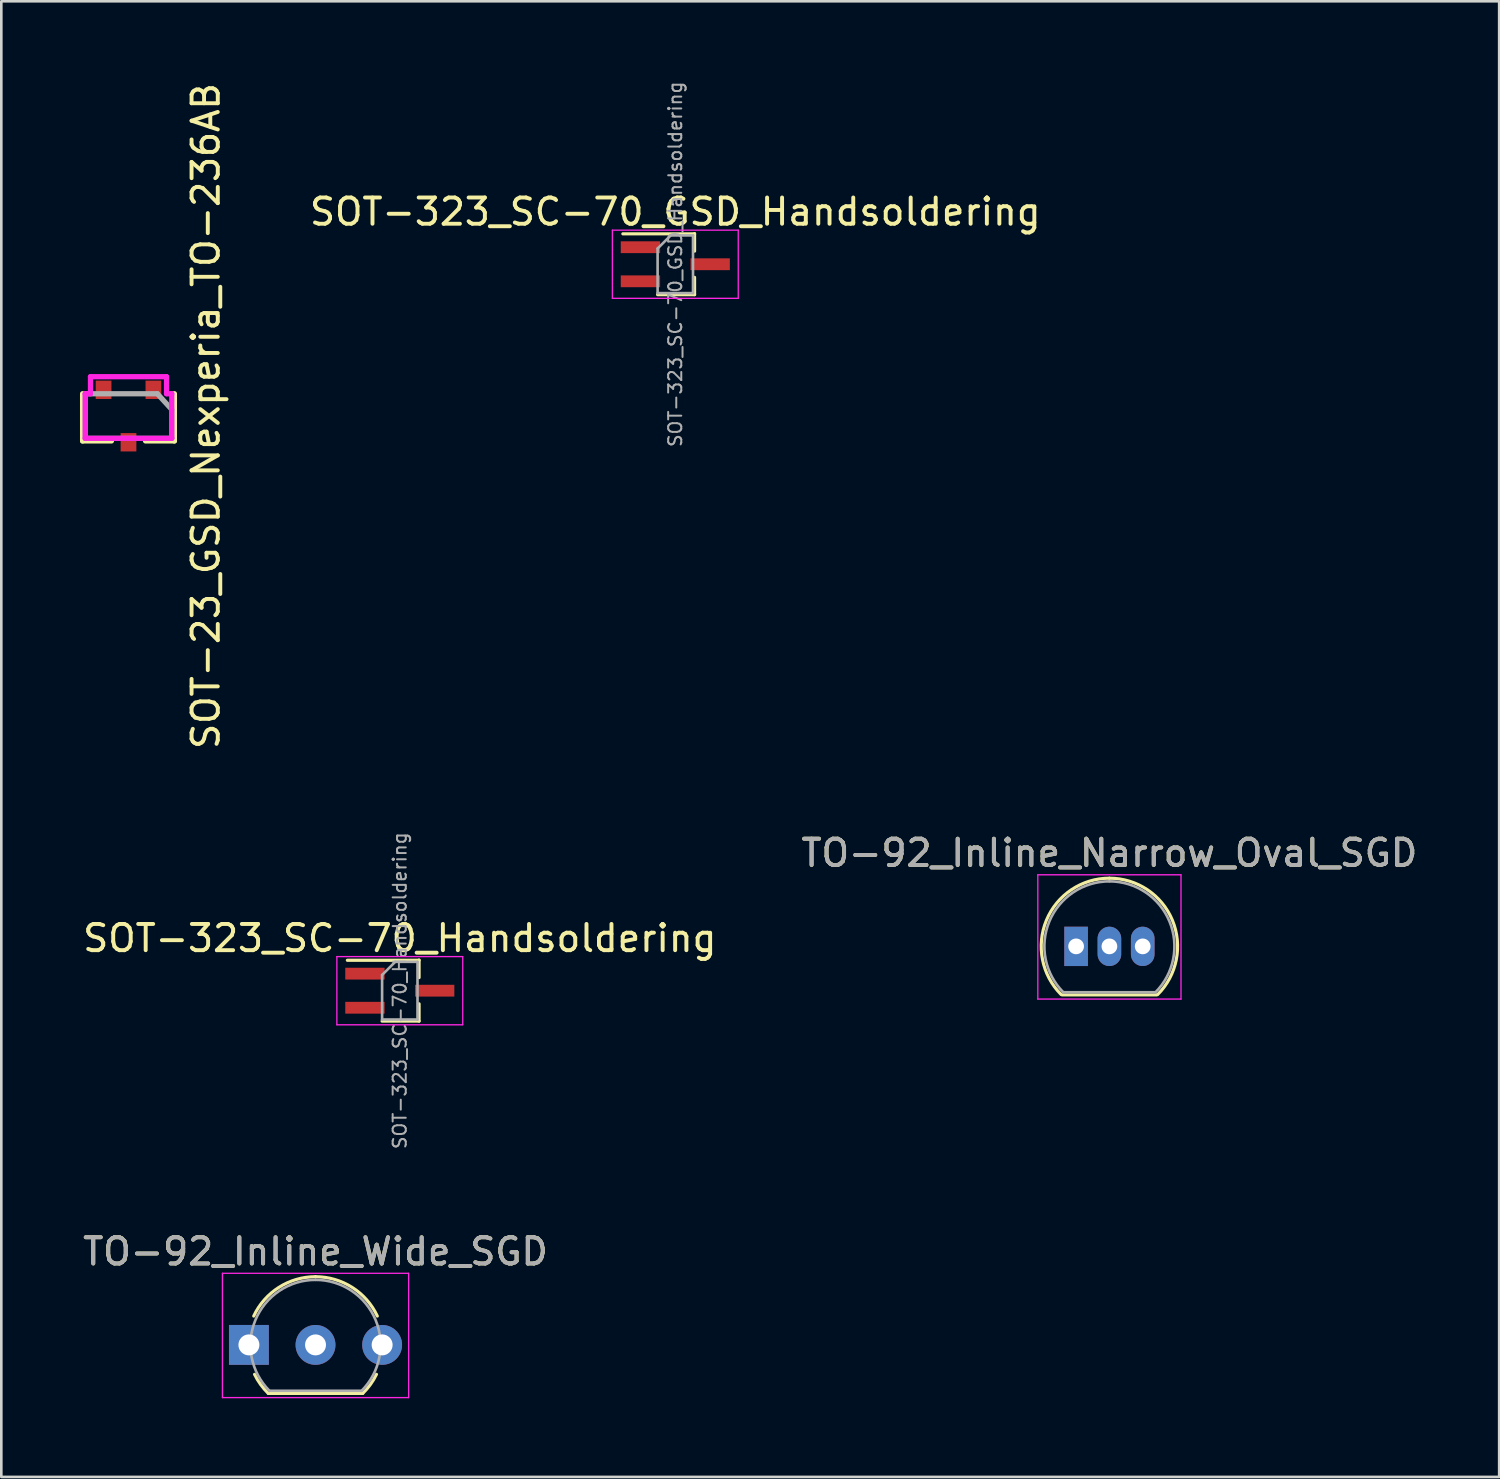
<source format=kicad_pcb>
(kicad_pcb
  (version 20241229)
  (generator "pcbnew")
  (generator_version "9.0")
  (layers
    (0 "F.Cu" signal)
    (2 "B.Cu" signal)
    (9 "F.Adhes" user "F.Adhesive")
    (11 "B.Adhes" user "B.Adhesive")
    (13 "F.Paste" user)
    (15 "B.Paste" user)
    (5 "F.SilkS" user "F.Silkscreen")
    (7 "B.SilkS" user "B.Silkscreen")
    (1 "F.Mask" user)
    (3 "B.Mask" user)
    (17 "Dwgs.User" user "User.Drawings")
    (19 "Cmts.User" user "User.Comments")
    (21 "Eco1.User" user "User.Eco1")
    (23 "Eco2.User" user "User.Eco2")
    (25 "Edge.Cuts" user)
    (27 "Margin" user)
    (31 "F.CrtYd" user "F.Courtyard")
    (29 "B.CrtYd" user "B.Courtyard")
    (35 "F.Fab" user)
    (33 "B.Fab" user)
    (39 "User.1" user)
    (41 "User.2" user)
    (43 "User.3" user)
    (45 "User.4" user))
  (footprint "TO-92_Inline_Narrow_Oval_SGD"
    (layer "F.Cu")
    (at 37.986 33.039)
    (property "Reference" "TO-92_Inline_Narrow_Oval_SGD" (at 1.27 -3.56 0) (layer "F.SilkS") (effects (font (size 1 1) (thickness 0.15))))
    (attr through_hole)
    (fp_line (start -0.53 1.85) (end 3.07 1.85) (stroke (width 0.12) (type solid)) (layer "F.SilkS"))
    (fp_arc (start -0.568478 1.838478) (mid -1.132087 -0.994977) (end 1.27 -2.6) (stroke (width 0.12) (type solid)) (layer "F.SilkS"))
    (fp_arc (start 1.27 -2.6) (mid 3.672087 -0.994977) (end 3.108478 1.838478) (stroke (width 0.12) (type solid)) (layer "F.SilkS"))
    (fp_line (start -1.46 -2.73) (end -1.46 2.01) (stroke (width 0.05) (type solid)) (layer "F.CrtYd"))
    (fp_line (start -1.46 -2.73) (end 4 -2.73) (stroke (width 0.05) (type solid)) (layer "F.CrtYd"))
    (fp_line (start 4 2.01) (end -1.46 2.01) (stroke (width 0.05) (type solid)) (layer "F.CrtYd"))
    (fp_line (start 4 2.01) (end 4 -2.73) (stroke (width 0.05) (type solid)) (layer "F.CrtYd"))
    (fp_line (start -0.5 1.75) (end 3 1.75) (stroke (width 0.1) (type solid)) (layer "F.Fab"))
    (fp_arc (start -0.483625 1.753625) (mid -1.021221 -0.949055) (end 1.27 -2.48) (stroke (width 0.1) (type solid)) (layer "F.Fab"))
    (fp_arc (start 1.27 -2.48) (mid 3.561221 -0.949055) (end 3.023625 1.753625) (stroke (width 0.1) (type solid)) (layer "F.Fab"))
    (fp_text user "${REFERENCE}" (at 1.27 -3.56 0) (layer "F.Fab") (effects (font (size 1 1) (thickness 0.15))))
    (pad "D" thru_hole oval (at 2.54 0 180) (size 0.9 1.5) (drill 0.6) (layers "*.Cu" "*.Mask"))
    (pad "G" thru_hole oval (at 1.27 0 180) (size 0.9 1.5) (drill 0.6) (layers "*.Cu" "*.Mask"))
    (pad "S" thru_hole rect (at 0 0 180) (size 0.9 1.5) (drill 0.6) (layers "*.Cu" "*.Mask")))
  (footprint "SOT-323_SC-70_GSD_Handsoldering"
    (layer "F.Cu")
    (at 22.702 7.027)
    (property "Reference" "SOT-323_SC-70_GSD_Handsoldering" (at 0 -2 0) (layer "F.SilkS") (effects (font (size 1 1) (thickness 0.15))))
    (attr smd)
    (fp_line (start -0.675 1.16) (end 0.735 1.16) (stroke (width 0.12) (type solid)) (layer "F.SilkS"))
    (fp_line (start 0.735 -1.17) (end 0.735 -0.5) (stroke (width 0.12) (type solid)) (layer "F.SilkS"))
    (fp_line (start 0.735 -1.16) (end -2 -1.16) (stroke (width 0.12) (type solid)) (layer "F.SilkS"))
    (fp_line (start 0.735 0.5) (end 0.735 1.16) (stroke (width 0.12) (type solid)) (layer "F.SilkS"))
    (fp_line (start -2.4 -1.3) (end 2.4 -1.3) (stroke (width 0.05) (type solid)) (layer "F.CrtYd"))
    (fp_line (start -2.4 1.3) (end -2.4 -1.3) (stroke (width 0.05) (type solid)) (layer "F.CrtYd"))
    (fp_line (start 2.4 -1.3) (end 2.4 1.3) (stroke (width 0.05) (type solid)) (layer "F.CrtYd"))
    (fp_line (start 2.4 1.3) (end -2.4 1.3) (stroke (width 0.05) (type solid)) (layer "F.CrtYd"))
    (fp_line (start -0.675 -0.6) (end -0.675 1.1) (stroke (width 0.1) (type solid)) (layer "F.Fab"))
    (fp_line (start -0.175 -1.1) (end -0.675 -0.6) (stroke (width 0.1) (type solid)) (layer "F.Fab"))
    (fp_line (start 0.675 -1.1) (end -0.175 -1.1) (stroke (width 0.1) (type solid)) (layer "F.Fab"))
    (fp_line (start 0.675 -1.1) (end 0.675 1.1) (stroke (width 0.1) (type solid)) (layer "F.Fab"))
    (fp_line (start 0.675 1.1) (end -0.675 1.1) (stroke (width 0.1) (type solid)) (layer "F.Fab"))
    (fp_text user "${REFERENCE}" (at 0 0 90) (layer "F.Fab") (effects (font (size 0.5 0.5) (thickness 0.075))))
    (pad "D" smd rect (at 1.33 0 270) (size 0.45 1.5) (layers "F.Cu" "F.Mask" "F.Paste"))
    (pad "G" smd rect (at -1.33 -0.65 270) (size 0.45 1.5) (layers "F.Cu" "F.Mask" "F.Paste"))
    (pad "S" smd rect (at -1.33 0.65 270) (size 0.45 1.5) (layers "F.Cu" "F.Mask" "F.Paste")))
  (footprint "SOT-23_GSD_Nexperia_TO-236AB"
    (layer "F.Cu")
    (at 1.85 12.815)
    (property "Reference" "SOT-23_GSD_Nexperia_TO-236AB" (at 2.95 0 270) (layer "F.SilkS") (effects (font (size 1 1) (thickness 0.15))))
    (attr smd)
    (fp_line (start -1.75 -0.85) (end -1.75 0.95) (stroke (width 0.2) (type solid)) (layer "F.SilkS"))
    (fp_line (start -1.75 0.95) (end -0.65 0.95) (stroke (width 0.2) (type solid)) (layer "F.SilkS"))
    (fp_line (start 1.75 -0.85) (end 1.75 0.95) (stroke (width 0.2) (type solid)) (layer "F.SilkS"))
    (fp_line (start 1.75 0.95) (end 0.65 0.95) (stroke (width 0.2) (type solid)) (layer "F.SilkS"))
    (fp_line (start -1.65 -0.85) (end -1.65 0.85) (stroke (width 0.2) (type solid)) (layer "F.CrtYd"))
    (fp_line (start -1.65 0.85) (end 1.65 0.85) (stroke (width 0.2) (type solid)) (layer "F.CrtYd"))
    (fp_line (start -1.45 -1.5) (end -1.45 -0.85) (stroke (width 0.2) (type solid)) (layer "F.CrtYd"))
    (fp_line (start -1.45 -1.5) (end 1.45 -1.5) (stroke (width 0.2) (type solid)) (layer "F.CrtYd"))
    (fp_line (start -1.45 -0.85) (end -1.65 -0.85) (stroke (width 0.2) (type solid)) (layer "F.CrtYd"))
    (fp_line (start 1.45 -1.5) (end 1.45 -0.85) (stroke (width 0.2) (type solid)) (layer "F.CrtYd"))
    (fp_line (start 1.45 -0.85) (end 1.65 -0.85) (stroke (width 0.2) (type solid)) (layer "F.CrtYd"))
    (fp_line (start 1.65 -0.85) (end 1.65 0.85) (stroke (width 0.2) (type solid)) (layer "F.CrtYd"))
    (fp_line (start -1.65 -0.85) (end -1.65 0.85) (stroke (width 0.2) (type solid)) (layer "F.Fab"))
    (fp_line (start -1.65 -0.85) (end 1.1 -0.85) (stroke (width 0.2) (type solid)) (layer "F.Fab"))
    (fp_line (start -1.65 0.85) (end 1.65 0.85) (stroke (width 0.2) (type solid)) (layer "F.Fab"))
    (fp_line (start 1.1 -0.85) (end 1.65 -0.25) (stroke (width 0.2) (type solid)) (layer "F.Fab"))
    (fp_line (start 1.65 -0.25) (end 1.65 0.85) (stroke (width 0.2) (type solid)) (layer "F.Fab"))
    (pad "D" smd rect (at 0 1) (size 0.6 0.7) (layers "F.Cu" "F.Mask" "F.Paste"))
    (pad "G" smd rect (at 0.95 -1) (size 0.6 0.7) (layers "F.Cu" "F.Mask" "F.Paste"))
    (pad "S" smd rect (at -0.95 -1) (size 0.6 0.7) (layers "F.Cu" "F.Mask" "F.Paste")))
  (footprint "TO-92_Inline_Wide_SGD"
    (layer "F.Cu")
    (at 6.442 48.236)
    (property "Reference" "TO-92_Inline_Wide_SGD" (at 2.54 -3.56 180) (layer "F.SilkS") (effects (font (size 1 1) (thickness 0.15))))
    (attr through_hole)
    (fp_line (start 0.74 1.85) (end 4.34 1.85) (stroke (width 0.12) (type solid)) (layer "F.SilkS"))
    (fp_arc (start 0.1836 -1.098807) (mid 1.143021 -2.192817) (end 2.54 -2.6) (stroke (width 0.12) (type solid)) (layer "F.SilkS"))
    (fp_arc (start 0.74 1.85) (mid 0.446097 1.509328) (end 0.215816 1.122795) (stroke (width 0.12) (type solid)) (layer "F.SilkS"))
    (fp_arc (start 2.54 -2.6) (mid 3.936979 -2.192818) (end 4.8964 -1.098807) (stroke (width 0.12) (type solid)) (layer "F.SilkS"))
    (fp_arc (start 4.864184 1.122795) (mid 4.633903 1.509328) (end 4.34 1.85) (stroke (width 0.12) (type solid)) (layer "F.SilkS"))
    (fp_line (start -1.01 -2.73) (end -1.01 2.01) (stroke (width 0.05) (type solid)) (layer "F.CrtYd"))
    (fp_line (start -1.01 -2.73) (end 6.09 -2.73) (stroke (width 0.05) (type solid)) (layer "F.CrtYd"))
    (fp_line (start 6.09 2.01) (end -1.01 2.01) (stroke (width 0.05) (type solid)) (layer "F.CrtYd"))
    (fp_line (start 6.09 2.01) (end 6.09 -2.73) (stroke (width 0.05) (type solid)) (layer "F.CrtYd"))
    (fp_line (start 0.8 1.75) (end 4.3 1.75) (stroke (width 0.1) (type solid)) (layer "F.Fab"))
    (fp_arc (start 0.786375 1.753625) (mid 0.248779 -0.949055) (end 2.54 -2.48) (stroke (width 0.1) (type solid)) (layer "F.Fab"))
    (fp_arc (start 2.54 -2.48) (mid 4.831221 -0.949055) (end 4.293625 1.753625) (stroke (width 0.1) (type solid)) (layer "F.Fab"))
    (fp_text user "${REFERENCE}" (at 2.54 -3.56 180) (layer "F.Fab") (effects (font (size 1 1) (thickness 0.15))))
    (pad "D" thru_hole circle (at 5.08 0 90) (size 1.52 1.52) (drill 0.8) (layers "*.Cu" "*.Mask"))
    (pad "G" thru_hole circle (at 2.54 0 90) (size 1.52 1.52) (drill 0.8) (layers "*.Cu" "*.Mask"))
    (pad "S" thru_hole rect (at 0 0 90) (size 1.52 1.52) (drill 0.8) (layers "*.Cu" "*.Mask")))
  (footprint "SOT-323_SC-70_Handsoldering"
    (layer "F.Cu")
    (at 12.196 34.729)
    (property "Reference" "SOT-323_SC-70_Handsoldering" (at 0 -2 0) (layer "F.SilkS") (effects (font (size 1 1) (thickness 0.15))))
    (attr smd)
    (fp_line (start -0.675 1.16) (end 0.735 1.16) (stroke (width 0.12) (type solid)) (layer "F.SilkS"))
    (fp_line (start 0.735 -1.17) (end 0.735 -0.5) (stroke (width 0.12) (type solid)) (layer "F.SilkS"))
    (fp_line (start 0.735 -1.16) (end -2 -1.16) (stroke (width 0.12) (type solid)) (layer "F.SilkS"))
    (fp_line (start 0.735 0.5) (end 0.735 1.16) (stroke (width 0.12) (type solid)) (layer "F.SilkS"))
    (fp_line (start -2.4 -1.3) (end 2.4 -1.3) (stroke (width 0.05) (type solid)) (layer "F.CrtYd"))
    (fp_line (start -2.4 1.3) (end -2.4 -1.3) (stroke (width 0.05) (type solid)) (layer "F.CrtYd"))
    (fp_line (start 2.4 -1.3) (end 2.4 1.3) (stroke (width 0.05) (type solid)) (layer "F.CrtYd"))
    (fp_line (start 2.4 1.3) (end -2.4 1.3) (stroke (width 0.05) (type solid)) (layer "F.CrtYd"))
    (fp_line (start -0.675 -0.6) (end -0.675 1.1) (stroke (width 0.1) (type solid)) (layer "F.Fab"))
    (fp_line (start -0.175 -1.1) (end -0.675 -0.6) (stroke (width 0.1) (type solid)) (layer "F.Fab"))
    (fp_line (start 0.675 -1.1) (end -0.175 -1.1) (stroke (width 0.1) (type solid)) (layer "F.Fab"))
    (fp_line (start 0.675 -1.1) (end 0.675 1.1) (stroke (width 0.1) (type solid)) (layer "F.Fab"))
    (fp_line (start 0.675 1.1) (end -0.675 1.1) (stroke (width 0.1) (type solid)) (layer "F.Fab"))
    (fp_text user "${REFERENCE}" (at 0 0 90) (layer "F.Fab") (effects (font (size 0.5 0.5) (thickness 0.075))))
    (pad "1" smd rect (at -1.33 -0.65 270) (size 0.45 1.5) (layers "F.Cu" "F.Mask" "F.Paste"))
    (pad "2" smd rect (at -1.33 0.65 270) (size 0.45 1.5) (layers "F.Cu" "F.Mask" "F.Paste"))
    (pad "3" smd rect (at 1.33 0 270) (size 0.45 1.5) (layers "F.Cu" "F.Mask" "F.Paste")))
  (gr_rect
    (start -3 -3)
    (end 54.119 53.271)
    (stroke (width 0.1) (type default))
    (fill no)
    (layer "Edge.Cuts")))
</source>
